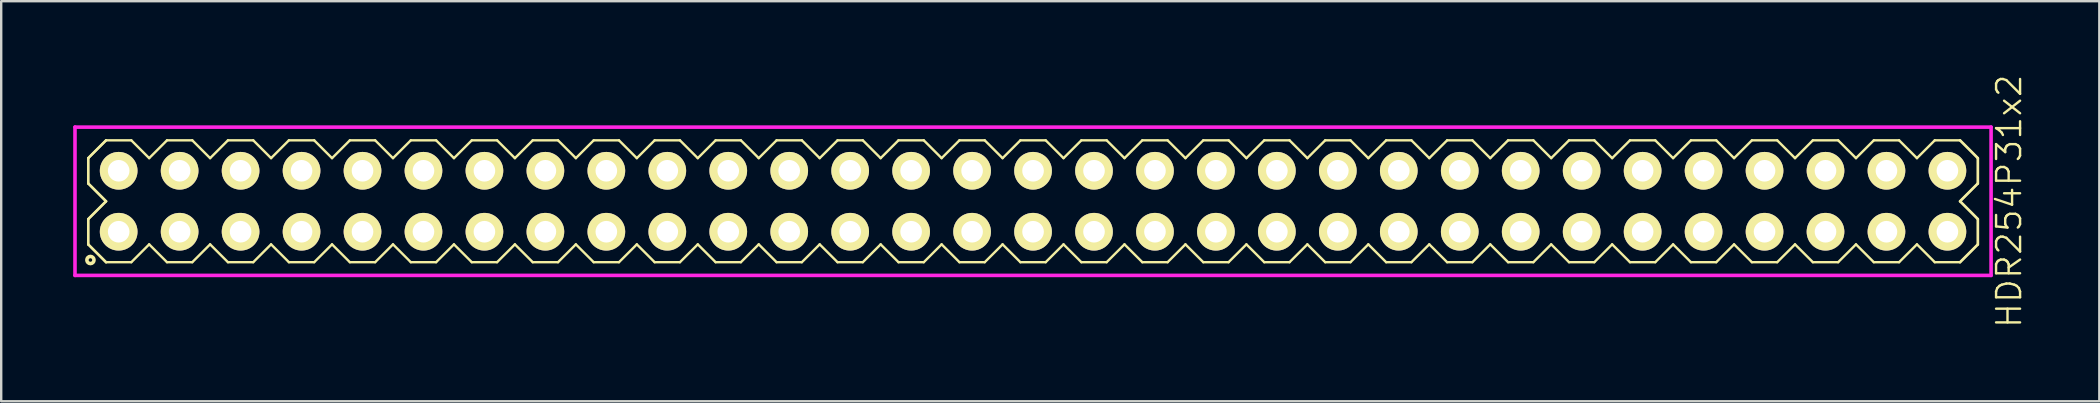
<source format=kicad_pcb>
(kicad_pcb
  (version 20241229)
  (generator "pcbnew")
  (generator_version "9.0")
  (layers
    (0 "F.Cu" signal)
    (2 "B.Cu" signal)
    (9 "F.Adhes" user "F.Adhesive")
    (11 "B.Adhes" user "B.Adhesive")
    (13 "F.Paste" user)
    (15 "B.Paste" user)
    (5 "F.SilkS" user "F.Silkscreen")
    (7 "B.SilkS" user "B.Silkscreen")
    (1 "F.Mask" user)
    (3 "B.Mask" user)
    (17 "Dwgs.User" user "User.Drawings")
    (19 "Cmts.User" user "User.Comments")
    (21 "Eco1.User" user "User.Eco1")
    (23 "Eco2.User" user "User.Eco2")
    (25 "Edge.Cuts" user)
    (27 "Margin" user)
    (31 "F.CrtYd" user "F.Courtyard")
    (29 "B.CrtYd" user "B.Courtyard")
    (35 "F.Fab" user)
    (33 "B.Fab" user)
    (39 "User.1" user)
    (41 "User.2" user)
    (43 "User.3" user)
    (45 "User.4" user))
  (footprint "HDR254P31x2"
    (layer "F.Cu")
    (at 39.995 5.336)
    (property "Reference" "HDR254P31x2" (at 40.67 0 90) (layer "F.SilkS") (effects (font (size 1 1) (thickness 0.1))))
    (attr through_hole)
    (fp_line (start -39.37 -1.796) (end -38.626 -2.54) (stroke (width 0.1) (type solid)) (layer "F.SilkS"))
    (fp_line (start -39.37 -1.796) (end -38.626 -2.54) (stroke (width 0.1) (type solid)) (layer "F.SilkS"))
    (fp_line (start -39.37 -0.744) (end -39.37 -1.796) (stroke (width 0.1) (type solid)) (layer "F.SilkS"))
    (fp_line (start -39.37 -0.744) (end -39.37 -1.796) (stroke (width 0.1) (type solid)) (layer "F.SilkS"))
    (fp_line (start -39.37 0.744) (end -38.626 0) (stroke (width 0.1) (type solid)) (layer "F.SilkS"))
    (fp_line (start -39.37 0.744) (end -38.626 0) (stroke (width 0.1) (type solid)) (layer "F.SilkS"))
    (fp_line (start -39.37 1.796) (end -39.37 0.744) (stroke (width 0.1) (type solid)) (layer "F.SilkS"))
    (fp_line (start -39.37 1.796) (end -39.37 0.744) (stroke (width 0.1) (type solid)) (layer "F.SilkS"))
    (fp_line (start -38.626 -2.54) (end -37.574 -2.54) (stroke (width 0.1) (type solid)) (layer "F.SilkS"))
    (fp_line (start -38.626 0) (end -39.37 -0.744) (stroke (width 0.1) (type solid)) (layer "F.SilkS"))
    (fp_line (start -38.626 0) (end -39.37 -0.744) (stroke (width 0.1) (type solid)) (layer "F.SilkS"))
    (fp_line (start -38.626 2.54) (end -39.37 1.796) (stroke (width 0.1) (type solid)) (layer "F.SilkS"))
    (fp_line (start -38.626 2.54) (end -39.37 1.796) (stroke (width 0.1) (type solid)) (layer "F.SilkS"))
    (fp_line (start -37.574 -2.54) (end -36.83 -1.796) (stroke (width 0.1) (type solid)) (layer "F.SilkS"))
    (fp_line (start -37.574 2.54) (end -38.626 2.54) (stroke (width 0.1) (type solid)) (layer "F.SilkS"))
    (fp_line (start -36.83 -1.796) (end -36.086 -2.54) (stroke (width 0.1) (type solid)) (layer "F.SilkS"))
    (fp_line (start -36.83 1.796) (end -37.574 2.54) (stroke (width 0.1) (type solid)) (layer "F.SilkS"))
    (fp_line (start -36.086 -2.54) (end -35.034 -2.54) (stroke (width 0.1) (type solid)) (layer "F.SilkS"))
    (fp_line (start -36.086 2.54) (end -36.83 1.796) (stroke (width 0.1) (type solid)) (layer "F.SilkS"))
    (fp_line (start -35.034 -2.54) (end -34.29 -1.796) (stroke (width 0.1) (type solid)) (layer "F.SilkS"))
    (fp_line (start -35.034 2.54) (end -36.086 2.54) (stroke (width 0.1) (type solid)) (layer "F.SilkS"))
    (fp_line (start -34.29 -1.796) (end -33.546 -2.54) (stroke (width 0.1) (type solid)) (layer "F.SilkS"))
    (fp_line (start -34.29 1.796) (end -35.034 2.54) (stroke (width 0.1) (type solid)) (layer "F.SilkS"))
    (fp_line (start -33.546 -2.54) (end -32.494 -2.54) (stroke (width 0.1) (type solid)) (layer "F.SilkS"))
    (fp_line (start -33.546 2.54) (end -34.29 1.796) (stroke (width 0.1) (type solid)) (layer "F.SilkS"))
    (fp_line (start -32.494 -2.54) (end -31.75 -1.796) (stroke (width 0.1) (type solid)) (layer "F.SilkS"))
    (fp_line (start -32.494 2.54) (end -33.546 2.54) (stroke (width 0.1) (type solid)) (layer "F.SilkS"))
    (fp_line (start -31.75 -1.796) (end -31.006 -2.54) (stroke (width 0.1) (type solid)) (layer "F.SilkS"))
    (fp_line (start -31.75 1.796) (end -32.494 2.54) (stroke (width 0.1) (type solid)) (layer "F.SilkS"))
    (fp_line (start -31.006 -2.54) (end -29.954 -2.54) (stroke (width 0.1) (type solid)) (layer "F.SilkS"))
    (fp_line (start -31.006 2.54) (end -31.75 1.796) (stroke (width 0.1) (type solid)) (layer "F.SilkS"))
    (fp_line (start -29.954 -2.54) (end -29.21 -1.796) (stroke (width 0.1) (type solid)) (layer "F.SilkS"))
    (fp_line (start -29.954 2.54) (end -31.006 2.54) (stroke (width 0.1) (type solid)) (layer "F.SilkS"))
    (fp_line (start -29.21 -1.796) (end -28.466 -2.54) (stroke (width 0.1) (type solid)) (layer "F.SilkS"))
    (fp_line (start -29.21 1.796) (end -29.954 2.54) (stroke (width 0.1) (type solid)) (layer "F.SilkS"))
    (fp_line (start -28.466 -2.54) (end -27.414 -2.54) (stroke (width 0.1) (type solid)) (layer "F.SilkS"))
    (fp_line (start -28.466 2.54) (end -29.21 1.796) (stroke (width 0.1) (type solid)) (layer "F.SilkS"))
    (fp_line (start -27.414 -2.54) (end -26.67 -1.796) (stroke (width 0.1) (type solid)) (layer "F.SilkS"))
    (fp_line (start -27.414 2.54) (end -28.466 2.54) (stroke (width 0.1) (type solid)) (layer "F.SilkS"))
    (fp_line (start -26.67 -1.796) (end -25.926 -2.54) (stroke (width 0.1) (type solid)) (layer "F.SilkS"))
    (fp_line (start -26.67 1.796) (end -27.414 2.54) (stroke (width 0.1) (type solid)) (layer "F.SilkS"))
    (fp_line (start -25.926 -2.54) (end -24.874 -2.54) (stroke (width 0.1) (type solid)) (layer "F.SilkS"))
    (fp_line (start -25.926 2.54) (end -26.67 1.796) (stroke (width 0.1) (type solid)) (layer "F.SilkS"))
    (fp_line (start -24.874 -2.54) (end -24.13 -1.796) (stroke (width 0.1) (type solid)) (layer "F.SilkS"))
    (fp_line (start -24.874 2.54) (end -25.926 2.54) (stroke (width 0.1) (type solid)) (layer "F.SilkS"))
    (fp_line (start -24.13 -1.796) (end -23.386 -2.54) (stroke (width 0.1) (type solid)) (layer "F.SilkS"))
    (fp_line (start -24.13 1.796) (end -24.874 2.54) (stroke (width 0.1) (type solid)) (layer "F.SilkS"))
    (fp_line (start -23.386 -2.54) (end -22.334 -2.54) (stroke (width 0.1) (type solid)) (layer "F.SilkS"))
    (fp_line (start -23.386 2.54) (end -24.13 1.796) (stroke (width 0.1) (type solid)) (layer "F.SilkS"))
    (fp_line (start -22.334 -2.54) (end -21.59 -1.796) (stroke (width 0.1) (type solid)) (layer "F.SilkS"))
    (fp_line (start -22.334 2.54) (end -23.386 2.54) (stroke (width 0.1) (type solid)) (layer "F.SilkS"))
    (fp_line (start -21.59 -1.796) (end -20.846 -2.54) (stroke (width 0.1) (type solid)) (layer "F.SilkS"))
    (fp_line (start -21.59 1.796) (end -22.334 2.54) (stroke (width 0.1) (type solid)) (layer "F.SilkS"))
    (fp_line (start -20.846 -2.54) (end -19.794 -2.54) (stroke (width 0.1) (type solid)) (layer "F.SilkS"))
    (fp_line (start -20.846 2.54) (end -21.59 1.796) (stroke (width 0.1) (type solid)) (layer "F.SilkS"))
    (fp_line (start -19.794 -2.54) (end -19.05 -1.796) (stroke (width 0.1) (type solid)) (layer "F.SilkS"))
    (fp_line (start -19.794 2.54) (end -20.846 2.54) (stroke (width 0.1) (type solid)) (layer "F.SilkS"))
    (fp_line (start -19.05 -1.796) (end -18.306 -2.54) (stroke (width 0.1) (type solid)) (layer "F.SilkS"))
    (fp_line (start -19.05 1.796) (end -19.794 2.54) (stroke (width 0.1) (type solid)) (layer "F.SilkS"))
    (fp_line (start -18.306 -2.54) (end -17.254 -2.54) (stroke (width 0.1) (type solid)) (layer "F.SilkS"))
    (fp_line (start -18.306 2.54) (end -19.05 1.796) (stroke (width 0.1) (type solid)) (layer "F.SilkS"))
    (fp_line (start -17.254 -2.54) (end -16.51 -1.796) (stroke (width 0.1) (type solid)) (layer "F.SilkS"))
    (fp_line (start -17.254 2.54) (end -18.306 2.54) (stroke (width 0.1) (type solid)) (layer "F.SilkS"))
    (fp_line (start -16.51 -1.796) (end -15.766 -2.54) (stroke (width 0.1) (type solid)) (layer "F.SilkS"))
    (fp_line (start -16.51 1.796) (end -17.254 2.54) (stroke (width 0.1) (type solid)) (layer "F.SilkS"))
    (fp_line (start -15.766 -2.54) (end -14.714 -2.54) (stroke (width 0.1) (type solid)) (layer "F.SilkS"))
    (fp_line (start -15.766 2.54) (end -16.51 1.796) (stroke (width 0.1) (type solid)) (layer "F.SilkS"))
    (fp_line (start -14.714 -2.54) (end -13.97 -1.796) (stroke (width 0.1) (type solid)) (layer "F.SilkS"))
    (fp_line (start -14.714 2.54) (end -15.766 2.54) (stroke (width 0.1) (type solid)) (layer "F.SilkS"))
    (fp_line (start -13.97 -1.796) (end -13.226 -2.54) (stroke (width 0.1) (type solid)) (layer "F.SilkS"))
    (fp_line (start -13.97 1.796) (end -14.714 2.54) (stroke (width 0.1) (type solid)) (layer "F.SilkS"))
    (fp_line (start -13.226 -2.54) (end -12.174 -2.54) (stroke (width 0.1) (type solid)) (layer "F.SilkS"))
    (fp_line (start -13.226 2.54) (end -13.97 1.796) (stroke (width 0.1) (type solid)) (layer "F.SilkS"))
    (fp_line (start -12.174 -2.54) (end -11.43 -1.796) (stroke (width 0.1) (type solid)) (layer "F.SilkS"))
    (fp_line (start -12.174 2.54) (end -13.226 2.54) (stroke (width 0.1) (type solid)) (layer "F.SilkS"))
    (fp_line (start -11.43 -1.796) (end -10.686 -2.54) (stroke (width 0.1) (type solid)) (layer "F.SilkS"))
    (fp_line (start -11.43 1.796) (end -12.174 2.54) (stroke (width 0.1) (type solid)) (layer "F.SilkS"))
    (fp_line (start -10.686 -2.54) (end -9.634 -2.54) (stroke (width 0.1) (type solid)) (layer "F.SilkS"))
    (fp_line (start -10.686 2.54) (end -11.43 1.796) (stroke (width 0.1) (type solid)) (layer "F.SilkS"))
    (fp_line (start -9.634 -2.54) (end -8.89 -1.796) (stroke (width 0.1) (type solid)) (layer "F.SilkS"))
    (fp_line (start -9.634 2.54) (end -10.686 2.54) (stroke (width 0.1) (type solid)) (layer "F.SilkS"))
    (fp_line (start -8.89 -1.796) (end -8.146 -2.54) (stroke (width 0.1) (type solid)) (layer "F.SilkS"))
    (fp_line (start -8.89 1.796) (end -9.634 2.54) (stroke (width 0.1) (type solid)) (layer "F.SilkS"))
    (fp_line (start -8.146 -2.54) (end -7.094 -2.54) (stroke (width 0.1) (type solid)) (layer "F.SilkS"))
    (fp_line (start -8.146 2.54) (end -8.89 1.796) (stroke (width 0.1) (type solid)) (layer "F.SilkS"))
    (fp_line (start -7.094 -2.54) (end -6.35 -1.796) (stroke (width 0.1) (type solid)) (layer "F.SilkS"))
    (fp_line (start -7.094 2.54) (end -8.146 2.54) (stroke (width 0.1) (type solid)) (layer "F.SilkS"))
    (fp_line (start -6.35 -1.796) (end -5.606 -2.54) (stroke (width 0.1) (type solid)) (layer "F.SilkS"))
    (fp_line (start -6.35 1.796) (end -7.094 2.54) (stroke (width 0.1) (type solid)) (layer "F.SilkS"))
    (fp_line (start -5.606 -2.54) (end -4.554 -2.54) (stroke (width 0.1) (type solid)) (layer "F.SilkS"))
    (fp_line (start -5.606 2.54) (end -6.35 1.796) (stroke (width 0.1) (type solid)) (layer "F.SilkS"))
    (fp_line (start -4.554 -2.54) (end -3.81 -1.796) (stroke (width 0.1) (type solid)) (layer "F.SilkS"))
    (fp_line (start -4.554 2.54) (end -5.606 2.54) (stroke (width 0.1) (type solid)) (layer "F.SilkS"))
    (fp_line (start -3.81 -1.796) (end -3.066 -2.54) (stroke (width 0.1) (type solid)) (layer "F.SilkS"))
    (fp_line (start -3.81 1.796) (end -4.554 2.54) (stroke (width 0.1) (type solid)) (layer "F.SilkS"))
    (fp_line (start -3.066 -2.54) (end -2.014 -2.54) (stroke (width 0.1) (type solid)) (layer "F.SilkS"))
    (fp_line (start -3.066 2.54) (end -3.81 1.796) (stroke (width 0.1) (type solid)) (layer "F.SilkS"))
    (fp_line (start -2.014 -2.54) (end -1.27 -1.796) (stroke (width 0.1) (type solid)) (layer "F.SilkS"))
    (fp_line (start -2.014 2.54) (end -3.066 2.54) (stroke (width 0.1) (type solid)) (layer "F.SilkS"))
    (fp_line (start -1.27 -1.796) (end -0.526 -2.54) (stroke (width 0.1) (type solid)) (layer "F.SilkS"))
    (fp_line (start -1.27 1.796) (end -2.014 2.54) (stroke (width 0.1) (type solid)) (layer "F.SilkS"))
    (fp_line (start -0.526 -2.54) (end 0.526 -2.54) (stroke (width 0.1) (type solid)) (layer "F.SilkS"))
    (fp_line (start -0.526 2.54) (end -1.27 1.796) (stroke (width 0.1) (type solid)) (layer "F.SilkS"))
    (fp_line (start 0.526 -2.54) (end 1.27 -1.796) (stroke (width 0.1) (type solid)) (layer "F.SilkS"))
    (fp_line (start 0.526 2.54) (end -0.526 2.54) (stroke (width 0.1) (type solid)) (layer "F.SilkS"))
    (fp_line (start 1.27 -1.796) (end 2.014 -2.54) (stroke (width 0.1) (type solid)) (layer "F.SilkS"))
    (fp_line (start 1.27 1.796) (end 0.526 2.54) (stroke (width 0.1) (type solid)) (layer "F.SilkS"))
    (fp_line (start 2.014 -2.54) (end 3.066 -2.54) (stroke (width 0.1) (type solid)) (layer "F.SilkS"))
    (fp_line (start 2.014 2.54) (end 1.27 1.796) (stroke (width 0.1) (type solid)) (layer "F.SilkS"))
    (fp_line (start 3.066 -2.54) (end 3.81 -1.796) (stroke (width 0.1) (type solid)) (layer "F.SilkS"))
    (fp_line (start 3.066 2.54) (end 2.014 2.54) (stroke (width 0.1) (type solid)) (layer "F.SilkS"))
    (fp_line (start 3.81 -1.796) (end 4.554 -2.54) (stroke (width 0.1) (type solid)) (layer "F.SilkS"))
    (fp_line (start 3.81 1.796) (end 3.066 2.54) (stroke (width 0.1) (type solid)) (layer "F.SilkS"))
    (fp_line (start 4.554 -2.54) (end 5.606 -2.54) (stroke (width 0.1) (type solid)) (layer "F.SilkS"))
    (fp_line (start 4.554 2.54) (end 3.81 1.796) (stroke (width 0.1) (type solid)) (layer "F.SilkS"))
    (fp_line (start 5.606 -2.54) (end 6.35 -1.796) (stroke (width 0.1) (type solid)) (layer "F.SilkS"))
    (fp_line (start 5.606 2.54) (end 4.554 2.54) (stroke (width 0.1) (type solid)) (layer "F.SilkS"))
    (fp_line (start 6.35 -1.796) (end 7.094 -2.54) (stroke (width 0.1) (type solid)) (layer "F.SilkS"))
    (fp_line (start 6.35 1.796) (end 5.606 2.54) (stroke (width 0.1) (type solid)) (layer "F.SilkS"))
    (fp_line (start 7.094 -2.54) (end 8.146 -2.54) (stroke (width 0.1) (type solid)) (layer "F.SilkS"))
    (fp_line (start 7.094 2.54) (end 6.35 1.796) (stroke (width 0.1) (type solid)) (layer "F.SilkS"))
    (fp_line (start 8.146 -2.54) (end 8.89 -1.796) (stroke (width 0.1) (type solid)) (layer "F.SilkS"))
    (fp_line (start 8.146 2.54) (end 7.094 2.54) (stroke (width 0.1) (type solid)) (layer "F.SilkS"))
    (fp_line (start 8.89 -1.796) (end 9.634 -2.54) (stroke (width 0.1) (type solid)) (layer "F.SilkS"))
    (fp_line (start 8.89 1.796) (end 8.146 2.54) (stroke (width 0.1) (type solid)) (layer "F.SilkS"))
    (fp_line (start 9.634 -2.54) (end 10.686 -2.54) (stroke (width 0.1) (type solid)) (layer "F.SilkS"))
    (fp_line (start 9.634 2.54) (end 8.89 1.796) (stroke (width 0.1) (type solid)) (layer "F.SilkS"))
    (fp_line (start 10.686 -2.54) (end 11.43 -1.796) (stroke (width 0.1) (type solid)) (layer "F.SilkS"))
    (fp_line (start 10.686 2.54) (end 9.634 2.54) (stroke (width 0.1) (type solid)) (layer "F.SilkS"))
    (fp_line (start 11.43 -1.796) (end 12.174 -2.54) (stroke (width 0.1) (type solid)) (layer "F.SilkS"))
    (fp_line (start 11.43 1.796) (end 10.686 2.54) (stroke (width 0.1) (type solid)) (layer "F.SilkS"))
    (fp_line (start 12.174 -2.54) (end 13.226 -2.54) (stroke (width 0.1) (type solid)) (layer "F.SilkS"))
    (fp_line (start 12.174 2.54) (end 11.43 1.796) (stroke (width 0.1) (type solid)) (layer "F.SilkS"))
    (fp_line (start 13.226 -2.54) (end 13.97 -1.796) (stroke (width 0.1) (type solid)) (layer "F.SilkS"))
    (fp_line (start 13.226 2.54) (end 12.174 2.54) (stroke (width 0.1) (type solid)) (layer "F.SilkS"))
    (fp_line (start 13.97 -1.796) (end 14.714 -2.54) (stroke (width 0.1) (type solid)) (layer "F.SilkS"))
    (fp_line (start 13.97 1.796) (end 13.226 2.54) (stroke (width 0.1) (type solid)) (layer "F.SilkS"))
    (fp_line (start 14.714 -2.54) (end 15.766 -2.54) (stroke (width 0.1) (type solid)) (layer "F.SilkS"))
    (fp_line (start 14.714 2.54) (end 13.97 1.796) (stroke (width 0.1) (type solid)) (layer "F.SilkS"))
    (fp_line (start 15.766 -2.54) (end 16.51 -1.796) (stroke (width 0.1) (type solid)) (layer "F.SilkS"))
    (fp_line (start 15.766 2.54) (end 14.714 2.54) (stroke (width 0.1) (type solid)) (layer "F.SilkS"))
    (fp_line (start 16.51 -1.796) (end 17.254 -2.54) (stroke (width 0.1) (type solid)) (layer "F.SilkS"))
    (fp_line (start 16.51 1.796) (end 15.766 2.54) (stroke (width 0.1) (type solid)) (layer "F.SilkS"))
    (fp_line (start 17.254 -2.54) (end 18.306 -2.54) (stroke (width 0.1) (type solid)) (layer "F.SilkS"))
    (fp_line (start 17.254 2.54) (end 16.51 1.796) (stroke (width 0.1) (type solid)) (layer "F.SilkS"))
    (fp_line (start 18.306 -2.54) (end 19.05 -1.796) (stroke (width 0.1) (type solid)) (layer "F.SilkS"))
    (fp_line (start 18.306 2.54) (end 17.254 2.54) (stroke (width 0.1) (type solid)) (layer "F.SilkS"))
    (fp_line (start 19.05 -1.796) (end 19.794 -2.54) (stroke (width 0.1) (type solid)) (layer "F.SilkS"))
    (fp_line (start 19.05 1.796) (end 18.306 2.54) (stroke (width 0.1) (type solid)) (layer "F.SilkS"))
    (fp_line (start 19.794 -2.54) (end 20.846 -2.54) (stroke (width 0.1) (type solid)) (layer "F.SilkS"))
    (fp_line (start 19.794 2.54) (end 19.05 1.796) (stroke (width 0.1) (type solid)) (layer "F.SilkS"))
    (fp_line (start 20.846 -2.54) (end 21.59 -1.796) (stroke (width 0.1) (type solid)) (layer "F.SilkS"))
    (fp_line (start 20.846 2.54) (end 19.794 2.54) (stroke (width 0.1) (type solid)) (layer "F.SilkS"))
    (fp_line (start 21.59 -1.796) (end 22.334 -2.54) (stroke (width 0.1) (type solid)) (layer "F.SilkS"))
    (fp_line (start 21.59 1.796) (end 20.846 2.54) (stroke (width 0.1) (type solid)) (layer "F.SilkS"))
    (fp_line (start 22.334 -2.54) (end 23.386 -2.54) (stroke (width 0.1) (type solid)) (layer "F.SilkS"))
    (fp_line (start 22.334 2.54) (end 21.59 1.796) (stroke (width 0.1) (type solid)) (layer "F.SilkS"))
    (fp_line (start 23.386 -2.54) (end 24.13 -1.796) (stroke (width 0.1) (type solid)) (layer "F.SilkS"))
    (fp_line (start 23.386 2.54) (end 22.334 2.54) (stroke (width 0.1) (type solid)) (layer "F.SilkS"))
    (fp_line (start 24.13 -1.796) (end 24.874 -2.54) (stroke (width 0.1) (type solid)) (layer "F.SilkS"))
    (fp_line (start 24.13 1.796) (end 23.386 2.54) (stroke (width 0.1) (type solid)) (layer "F.SilkS"))
    (fp_line (start 24.874 -2.54) (end 25.926 -2.54) (stroke (width 0.1) (type solid)) (layer "F.SilkS"))
    (fp_line (start 24.874 2.54) (end 24.13 1.796) (stroke (width 0.1) (type solid)) (layer "F.SilkS"))
    (fp_line (start 25.926 -2.54) (end 26.67 -1.796) (stroke (width 0.1) (type solid)) (layer "F.SilkS"))
    (fp_line (start 25.926 2.54) (end 24.874 2.54) (stroke (width 0.1) (type solid)) (layer "F.SilkS"))
    (fp_line (start 26.67 -1.796) (end 27.414 -2.54) (stroke (width 0.1) (type solid)) (layer "F.SilkS"))
    (fp_line (start 26.67 1.796) (end 25.926 2.54) (stroke (width 0.1) (type solid)) (layer "F.SilkS"))
    (fp_line (start 27.414 -2.54) (end 28.466 -2.54) (stroke (width 0.1) (type solid)) (layer "F.SilkS"))
    (fp_line (start 27.414 2.54) (end 26.67 1.796) (stroke (width 0.1) (type solid)) (layer "F.SilkS"))
    (fp_line (start 28.466 -2.54) (end 29.21 -1.796) (stroke (width 0.1) (type solid)) (layer "F.SilkS"))
    (fp_line (start 28.466 2.54) (end 27.414 2.54) (stroke (width 0.1) (type solid)) (layer "F.SilkS"))
    (fp_line (start 29.21 -1.796) (end 29.954 -2.54) (stroke (width 0.1) (type solid)) (layer "F.SilkS"))
    (fp_line (start 29.21 1.796) (end 28.466 2.54) (stroke (width 0.1) (type solid)) (layer "F.SilkS"))
    (fp_line (start 29.954 -2.54) (end 31.006 -2.54) (stroke (width 0.1) (type solid)) (layer "F.SilkS"))
    (fp_line (start 29.954 2.54) (end 29.21 1.796) (stroke (width 0.1) (type solid)) (layer "F.SilkS"))
    (fp_line (start 31.006 -2.54) (end 31.75 -1.796) (stroke (width 0.1) (type solid)) (layer "F.SilkS"))
    (fp_line (start 31.006 2.54) (end 29.954 2.54) (stroke (width 0.1) (type solid)) (layer "F.SilkS"))
    (fp_line (start 31.75 -1.796) (end 32.494 -2.54) (stroke (width 0.1) (type solid)) (layer "F.SilkS"))
    (fp_line (start 31.75 1.796) (end 31.006 2.54) (stroke (width 0.1) (type solid)) (layer "F.SilkS"))
    (fp_line (start 32.494 -2.54) (end 33.546 -2.54) (stroke (width 0.1) (type solid)) (layer "F.SilkS"))
    (fp_line (start 32.494 2.54) (end 31.75 1.796) (stroke (width 0.1) (type solid)) (layer "F.SilkS"))
    (fp_line (start 33.546 -2.54) (end 34.29 -1.796) (stroke (width 0.1) (type solid)) (layer "F.SilkS"))
    (fp_line (start 33.546 2.54) (end 32.494 2.54) (stroke (width 0.1) (type solid)) (layer "F.SilkS"))
    (fp_line (start 34.29 -1.796) (end 35.034 -2.54) (stroke (width 0.1) (type solid)) (layer "F.SilkS"))
    (fp_line (start 34.29 1.796) (end 33.546 2.54) (stroke (width 0.1) (type solid)) (layer "F.SilkS"))
    (fp_line (start 35.034 -2.54) (end 36.086 -2.54) (stroke (width 0.1) (type solid)) (layer "F.SilkS"))
    (fp_line (start 35.034 2.54) (end 34.29 1.796) (stroke (width 0.1) (type solid)) (layer "F.SilkS"))
    (fp_line (start 36.086 -2.54) (end 36.83 -1.796) (stroke (width 0.1) (type solid)) (layer "F.SilkS"))
    (fp_line (start 36.086 2.54) (end 35.034 2.54) (stroke (width 0.1) (type solid)) (layer "F.SilkS"))
    (fp_line (start 36.83 -1.796) (end 37.574 -2.54) (stroke (width 0.1) (type solid)) (layer "F.SilkS"))
    (fp_line (start 36.83 1.796) (end 36.086 2.54) (stroke (width 0.1) (type solid)) (layer "F.SilkS"))
    (fp_line (start 37.574 -2.54) (end 38.626 -2.54) (stroke (width 0.1) (type solid)) (layer "F.SilkS"))
    (fp_line (start 37.574 2.54) (end 36.83 1.796) (stroke (width 0.1) (type solid)) (layer "F.SilkS"))
    (fp_line (start 38.626 -2.54) (end 39.37 -1.796) (stroke (width 0.1) (type solid)) (layer "F.SilkS"))
    (fp_line (start 38.626 -2.54) (end 39.37 -1.796) (stroke (width 0.1) (type solid)) (layer "F.SilkS"))
    (fp_line (start 38.626 0) (end 39.37 0.744) (stroke (width 0.1) (type solid)) (layer "F.SilkS"))
    (fp_line (start 38.626 0) (end 39.37 0.744) (stroke (width 0.1) (type solid)) (layer "F.SilkS"))
    (fp_line (start 38.626 2.54) (end 37.574 2.54) (stroke (width 0.1) (type solid)) (layer "F.SilkS"))
    (fp_line (start 39.37 -1.796) (end 39.37 -0.744) (stroke (width 0.1) (type solid)) (layer "F.SilkS"))
    (fp_line (start 39.37 -1.796) (end 39.37 -0.744) (stroke (width 0.1) (type solid)) (layer "F.SilkS"))
    (fp_line (start 39.37 -0.744) (end 38.626 0) (stroke (width 0.1) (type solid)) (layer "F.SilkS"))
    (fp_line (start 39.37 -0.744) (end 38.626 0) (stroke (width 0.1) (type solid)) (layer "F.SilkS"))
    (fp_line (start 39.37 0.744) (end 39.37 1.796) (stroke (width 0.1) (type solid)) (layer "F.SilkS"))
    (fp_line (start 39.37 0.744) (end 39.37 1.796) (stroke (width 0.1) (type solid)) (layer "F.SilkS"))
    (fp_line (start 39.37 1.796) (end 38.626 2.54) (stroke (width 0.1) (type solid)) (layer "F.SilkS"))
    (fp_line (start 39.37 1.796) (end 38.626 2.54) (stroke (width 0.1) (type solid)) (layer "F.SilkS"))
    (fp_circle (center -39.277 2.448) (end -39.128 2.448) (stroke (width 0.15) (type solid)) (fill no) (layer "F.SilkS"))
    (fp_line (start -39.92 -3.09) (end -39.92 3.09) (stroke (width 0.15) (type solid)) (layer "F.CrtYd"))
    (fp_line (start -39.92 3.09) (end 39.92 3.09) (stroke (width 0.15) (type solid)) (layer "F.CrtYd"))
    (fp_line (start 39.92 -3.09) (end -39.92 -3.09) (stroke (width 0.15) (type solid)) (layer "F.CrtYd"))
    (fp_line (start 39.92 3.09) (end 39.92 -3.09) (stroke (width 0.15) (type solid)) (layer "F.CrtYd"))
    (pad "1" thru_hole oval (at -38.1 1.27) (size 1.57 1.57) (drill 0.9) (layers "*.Cu" "*.Mask" "F.SilkS"))
    (pad "2" thru_hole oval (at -38.1 -1.27) (size 1.57 1.57) (drill 0.9) (layers "*.Cu" "*.Mask" "F.SilkS"))
    (pad "3" thru_hole oval (at -35.56 1.27) (size 1.57 1.57) (drill 0.9) (layers "*.Cu" "*.Mask" "F.SilkS"))
    (pad "4" thru_hole oval (at -35.56 -1.27) (size 1.57 1.57) (drill 0.9) (layers "*.Cu" "*.Mask" "F.SilkS"))
    (pad "5" thru_hole oval (at -33.02 1.27) (size 1.57 1.57) (drill 0.9) (layers "*.Cu" "*.Mask" "F.SilkS"))
    (pad "6" thru_hole oval (at -33.02 -1.27) (size 1.57 1.57) (drill 0.9) (layers "*.Cu" "*.Mask" "F.SilkS"))
    (pad "7" thru_hole oval (at -30.48 1.27) (size 1.57 1.57) (drill 0.9) (layers "*.Cu" "*.Mask" "F.SilkS"))
    (pad "8" thru_hole oval (at -30.48 -1.27) (size 1.57 1.57) (drill 0.9) (layers "*.Cu" "*.Mask" "F.SilkS"))
    (pad "9" thru_hole oval (at -27.94 1.27) (size 1.57 1.57) (drill 0.9) (layers "*.Cu" "*.Mask" "F.SilkS"))
    (pad "10" thru_hole oval (at -27.94 -1.27) (size 1.57 1.57) (drill 0.9) (layers "*.Cu" "*.Mask" "F.SilkS"))
    (pad "11" thru_hole oval (at -25.4 1.27) (size 1.57 1.57) (drill 0.9) (layers "*.Cu" "*.Mask" "F.SilkS"))
    (pad "12" thru_hole oval (at -25.4 -1.27) (size 1.57 1.57) (drill 0.9) (layers "*.Cu" "*.Mask" "F.SilkS"))
    (pad "13" thru_hole oval (at -22.86 1.27) (size 1.57 1.57) (drill 0.9) (layers "*.Cu" "*.Mask" "F.SilkS"))
    (pad "14" thru_hole oval (at -22.86 -1.27) (size 1.57 1.57) (drill 0.9) (layers "*.Cu" "*.Mask" "F.SilkS"))
    (pad "15" thru_hole oval (at -20.32 1.27) (size 1.57 1.57) (drill 0.9) (layers "*.Cu" "*.Mask" "F.SilkS"))
    (pad "16" thru_hole oval (at -20.32 -1.27) (size 1.57 1.57) (drill 0.9) (layers "*.Cu" "*.Mask" "F.SilkS"))
    (pad "17" thru_hole oval (at -17.78 1.27) (size 1.57 1.57) (drill 0.9) (layers "*.Cu" "*.Mask" "F.SilkS"))
    (pad "18" thru_hole oval (at -17.78 -1.27) (size 1.57 1.57) (drill 0.9) (layers "*.Cu" "*.Mask" "F.SilkS"))
    (pad "19" thru_hole oval (at -15.24 1.27) (size 1.57 1.57) (drill 0.9) (layers "*.Cu" "*.Mask" "F.SilkS"))
    (pad "20" thru_hole oval (at -15.24 -1.27) (size 1.57 1.57) (drill 0.9) (layers "*.Cu" "*.Mask" "F.SilkS"))
    (pad "21" thru_hole oval (at -12.7 1.27) (size 1.57 1.57) (drill 0.9) (layers "*.Cu" "*.Mask" "F.SilkS"))
    (pad "22" thru_hole oval (at -12.7 -1.27) (size 1.57 1.57) (drill 0.9) (layers "*.Cu" "*.Mask" "F.SilkS"))
    (pad "23" thru_hole oval (at -10.16 1.27) (size 1.57 1.57) (drill 0.9) (layers "*.Cu" "*.Mask" "F.SilkS"))
    (pad "24" thru_hole oval (at -10.16 -1.27) (size 1.57 1.57) (drill 0.9) (layers "*.Cu" "*.Mask" "F.SilkS"))
    (pad "25" thru_hole oval (at -7.62 1.27) (size 1.57 1.57) (drill 0.9) (layers "*.Cu" "*.Mask" "F.SilkS"))
    (pad "26" thru_hole oval (at -7.62 -1.27) (size 1.57 1.57) (drill 0.9) (layers "*.Cu" "*.Mask" "F.SilkS"))
    (pad "27" thru_hole oval (at -5.08 1.27) (size 1.57 1.57) (drill 0.9) (layers "*.Cu" "*.Mask" "F.SilkS"))
    (pad "28" thru_hole oval (at -5.08 -1.27) (size 1.57 1.57) (drill 0.9) (layers "*.Cu" "*.Mask" "F.SilkS"))
    (pad "29" thru_hole oval (at -2.54 1.27) (size 1.57 1.57) (drill 0.9) (layers "*.Cu" "*.Mask" "F.SilkS"))
    (pad "30" thru_hole oval (at -2.54 -1.27) (size 1.57 1.57) (drill 0.9) (layers "*.Cu" "*.Mask" "F.SilkS"))
    (pad "31" thru_hole oval (at 0 1.27) (size 1.57 1.57) (drill 0.9) (layers "*.Cu" "*.Mask" "F.SilkS"))
    (pad "32" thru_hole oval (at 0 -1.27) (size 1.57 1.57) (drill 0.9) (layers "*.Cu" "*.Mask" "F.SilkS"))
    (pad "33" thru_hole oval (at 2.54 1.27) (size 1.57 1.57) (drill 0.9) (layers "*.Cu" "*.Mask" "F.SilkS"))
    (pad "34" thru_hole oval (at 2.54 -1.27) (size 1.57 1.57) (drill 0.9) (layers "*.Cu" "*.Mask" "F.SilkS"))
    (pad "35" thru_hole oval (at 5.08 1.27) (size 1.57 1.57) (drill 0.9) (layers "*.Cu" "*.Mask" "F.SilkS"))
    (pad "36" thru_hole oval (at 5.08 -1.27) (size 1.57 1.57) (drill 0.9) (layers "*.Cu" "*.Mask" "F.SilkS"))
    (pad "37" thru_hole oval (at 7.62 1.27) (size 1.57 1.57) (drill 0.9) (layers "*.Cu" "*.Mask" "F.SilkS"))
    (pad "38" thru_hole oval (at 7.62 -1.27) (size 1.57 1.57) (drill 0.9) (layers "*.Cu" "*.Mask" "F.SilkS"))
    (pad "39" thru_hole oval (at 10.16 1.27) (size 1.57 1.57) (drill 0.9) (layers "*.Cu" "*.Mask" "F.SilkS"))
    (pad "40" thru_hole oval (at 10.16 -1.27) (size 1.57 1.57) (drill 0.9) (layers "*.Cu" "*.Mask" "F.SilkS"))
    (pad "41" thru_hole oval (at 12.7 1.27) (size 1.57 1.57) (drill 0.9) (layers "*.Cu" "*.Mask" "F.SilkS"))
    (pad "42" thru_hole oval (at 12.7 -1.27) (size 1.57 1.57) (drill 0.9) (layers "*.Cu" "*.Mask" "F.SilkS"))
    (pad "43" thru_hole oval (at 15.24 1.27) (size 1.57 1.57) (drill 0.9) (layers "*.Cu" "*.Mask" "F.SilkS"))
    (pad "44" thru_hole oval (at 15.24 -1.27) (size 1.57 1.57) (drill 0.9) (layers "*.Cu" "*.Mask" "F.SilkS"))
    (pad "45" thru_hole oval (at 17.78 1.27) (size 1.57 1.57) (drill 0.9) (layers "*.Cu" "*.Mask" "F.SilkS"))
    (pad "46" thru_hole oval (at 17.78 -1.27) (size 1.57 1.57) (drill 0.9) (layers "*.Cu" "*.Mask" "F.SilkS"))
    (pad "47" thru_hole oval (at 20.32 1.27) (size 1.57 1.57) (drill 0.9) (layers "*.Cu" "*.Mask" "F.SilkS"))
    (pad "48" thru_hole oval (at 20.32 -1.27) (size 1.57 1.57) (drill 0.9) (layers "*.Cu" "*.Mask" "F.SilkS"))
    (pad "49" thru_hole oval (at 22.86 1.27) (size 1.57 1.57) (drill 0.9) (layers "*.Cu" "*.Mask" "F.SilkS"))
    (pad "50" thru_hole oval (at 22.86 -1.27) (size 1.57 1.57) (drill 0.9) (layers "*.Cu" "*.Mask" "F.SilkS"))
    (pad "51" thru_hole oval (at 25.4 1.27) (size 1.57 1.57) (drill 0.9) (layers "*.Cu" "*.Mask" "F.SilkS"))
    (pad "52" thru_hole oval (at 25.4 -1.27) (size 1.57 1.57) (drill 0.9) (layers "*.Cu" "*.Mask" "F.SilkS"))
    (pad "53" thru_hole oval (at 27.94 1.27) (size 1.57 1.57) (drill 0.9) (layers "*.Cu" "*.Mask" "F.SilkS"))
    (pad "54" thru_hole oval (at 27.94 -1.27) (size 1.57 1.57) (drill 0.9) (layers "*.Cu" "*.Mask" "F.SilkS"))
    (pad "55" thru_hole oval (at 30.48 1.27) (size 1.57 1.57) (drill 0.9) (layers "*.Cu" "*.Mask" "F.SilkS"))
    (pad "56" thru_hole oval (at 30.48 -1.27) (size 1.57 1.57) (drill 0.9) (layers "*.Cu" "*.Mask" "F.SilkS"))
    (pad "57" thru_hole oval (at 33.02 1.27) (size 1.57 1.57) (drill 0.9) (layers "*.Cu" "*.Mask" "F.SilkS"))
    (pad "58" thru_hole oval (at 33.02 -1.27) (size 1.57 1.57) (drill 0.9) (layers "*.Cu" "*.Mask" "F.SilkS"))
    (pad "59" thru_hole oval (at 35.56 1.27) (size 1.57 1.57) (drill 0.9) (layers "*.Cu" "*.Mask" "F.SilkS"))
    (pad "60" thru_hole oval (at 35.56 -1.27) (size 1.57 1.57) (drill 0.9) (layers "*.Cu" "*.Mask" "F.SilkS"))
    (pad "61" thru_hole oval (at 38.1 1.27) (size 1.57 1.57) (drill 0.9) (layers "*.Cu" "*.Mask" "F.SilkS"))
    (pad "62" thru_hole oval (at 38.1 -1.27) (size 1.57 1.57) (drill 0.9) (layers "*.Cu" "*.Mask" "F.SilkS")))
  (gr_rect
    (start -3 -3)
    (end 84.425 13.671)
    (stroke (width 0.1) (type default))
    (fill no)
    (layer "Edge.Cuts")))
</source>
